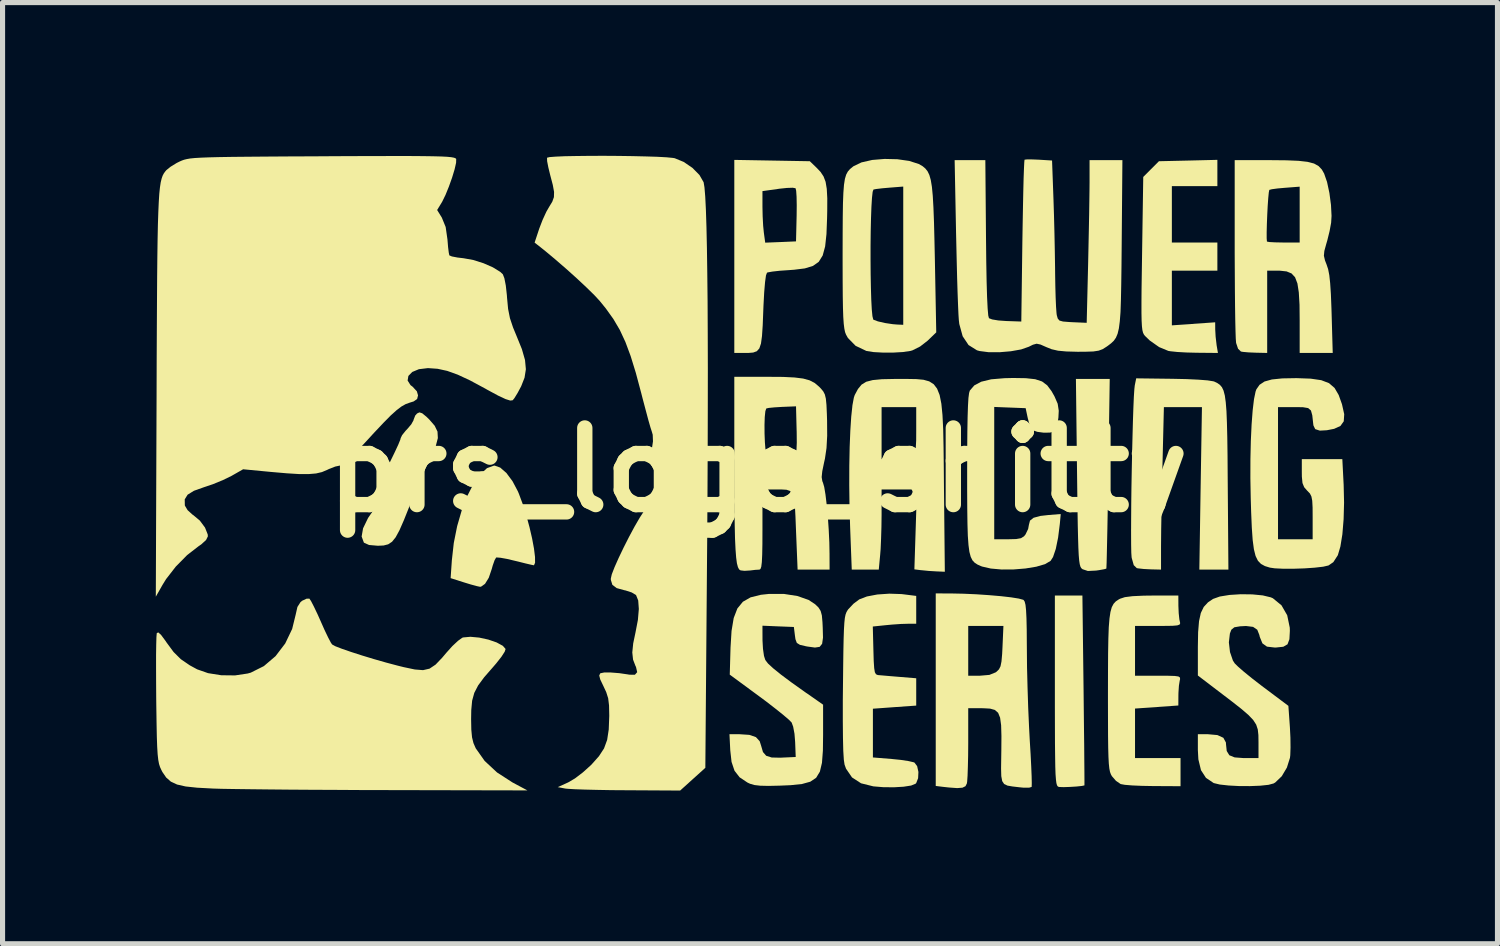
<source format=kicad_pcb>
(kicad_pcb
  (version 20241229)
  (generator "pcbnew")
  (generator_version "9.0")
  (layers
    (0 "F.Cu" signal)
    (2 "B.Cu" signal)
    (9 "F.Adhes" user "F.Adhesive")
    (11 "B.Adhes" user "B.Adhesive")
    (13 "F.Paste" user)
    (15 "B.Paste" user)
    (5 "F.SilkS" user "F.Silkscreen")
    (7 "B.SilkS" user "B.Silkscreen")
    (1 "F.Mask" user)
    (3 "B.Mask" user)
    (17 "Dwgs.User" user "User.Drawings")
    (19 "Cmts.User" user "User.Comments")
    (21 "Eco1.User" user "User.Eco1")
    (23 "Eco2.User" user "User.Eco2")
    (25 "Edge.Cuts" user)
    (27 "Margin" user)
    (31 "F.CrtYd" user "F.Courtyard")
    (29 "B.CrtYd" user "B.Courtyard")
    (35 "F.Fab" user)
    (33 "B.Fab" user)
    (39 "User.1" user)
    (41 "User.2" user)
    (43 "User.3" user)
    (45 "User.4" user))
  (footprint "prs_logo_shitty"
    (layer "F.Cu")
    (at 11.79 6.149)
    (property "Reference" "prs_logo_shitty" (at 0 0 0) (layer "F.SilkS") (effects (font (size 1.5 1.5) (thickness 0.3))))
    (attr board_only exclude_from_pos_files exclude_from_bom)
    (fp_poly (pts (xy 6.371 4.315) (xy 6.375 4.702) (xy 6.379 5.063) (xy 6.383 5.387) (xy 6.385 5.667) (xy 6.387 5.894) (xy 6.388 6.06) (xy 6.388 6.155) (xy 6.388 6.175) (xy 6.337 6.186) (xy 6.232 6.197) (xy 6.103 6.205) (xy 5.981 6.209) (xy 5.897 6.206) (xy 5.884 6.204) (xy 5.866 6.195) (xy 5.851 6.173) (xy 5.839 6.13) (xy 5.83 6.06) (xy 5.822 5.954) (xy 5.817 5.805) (xy 5.814 5.606) (xy 5.811 5.35) (xy 5.81 5.029) (xy 5.809 4.636) (xy 5.809 4.322) (xy 5.809 2.459) (xy 6.079 2.459) (xy 6.348 2.459)) (stroke (width 0) (type solid)) (fill yes) (layer "F.SilkS"))
    (fp_poly (pts (xy 6.855 0.071) (xy 6.849 0.458) (xy 6.843 0.819) (xy 6.837 1.143) (xy 6.831 1.424) (xy 6.826 1.651) (xy 6.822 1.817) (xy 6.818 1.912) (xy 6.816 1.932) (xy 6.772 1.944) (xy 6.672 1.962) (xy 6.615 1.97) (xy 6.455 1.978) (xy 6.35 1.943) (xy 6.345 1.939) (xy 6.325 1.921) (xy 6.309 1.892) (xy 6.296 1.846) (xy 6.285 1.774) (xy 6.276 1.668) (xy 6.269 1.522) (xy 6.263 1.327) (xy 6.257 1.075) (xy 6.252 0.76) (xy 6.247 0.372) (xy 6.243 0.05) (xy 6.221 -1.781) (xy 6.552 -1.781) (xy 6.883 -1.781)) (stroke (width 0) (type solid)) (fill yes) (layer "F.SilkS"))
    (fp_poly (pts (xy -5.048 -0.046) (xy -4.927 0.06) (xy -4.808 0.22) (xy -4.702 0.42) (xy -4.682 0.468) (xy -4.607 0.67) (xy -4.537 0.892) (xy -4.475 1.121) (xy -4.424 1.342) (xy -4.387 1.541) (xy -4.367 1.704) (xy -4.366 1.817) (xy -4.387 1.865) (xy -4.392 1.866) (xy -4.442 1.856) (xy -4.553 1.83) (xy -4.704 1.792) (xy -4.755 1.78) (xy -4.915 1.742) (xy -5.043 1.719) (xy -5.119 1.713) (xy -5.128 1.715) (xy -5.158 1.766) (xy -5.195 1.871) (xy -5.214 1.939) (xy -5.272 2.11) (xy -5.346 2.23) (xy -5.425 2.286) (xy -5.445 2.287) (xy -5.507 2.274) (xy -5.624 2.242) (xy -5.755 2.202) (xy -6.019 2.118) (xy -5.995 1.769) (xy -5.957 1.429) (xy -5.891 1.099) (xy -5.801 0.789) (xy -5.693 0.51) (xy -5.572 0.273) (xy -5.441 0.088) (xy -5.307 -0.035) (xy -5.173 -0.084) (xy -5.157 -0.085)) (stroke (width 0) (type solid)) (fill yes) (layer "F.SilkS"))
    (fp_poly (pts (xy 8.99 -5.813) (xy 8.99 -5.555) (xy 8.544 -5.555) (xy 8.099 -5.555) (xy 8.099 -5.004) (xy 8.099 -4.452) (xy 8.544 -4.452) (xy 8.99 -4.452) (xy 8.99 -4.177) (xy 8.99 -3.901) (xy 8.544 -3.901) (xy 8.099 -3.901) (xy 8.099 -3.366) (xy 8.099 -2.83) (xy 8.523 -2.86) (xy 8.947 -2.89) (xy 8.948 -2.749) (xy 8.956 -2.606) (xy 8.974 -2.454) (xy 8.974 -2.449) (xy 9.001 -2.29) (xy 8.582 -2.294) (xy 8.386 -2.299) (xy 8.207 -2.309) (xy 8.073 -2.323) (xy 8.03 -2.33) (xy 7.849 -2.405) (xy 7.666 -2.534) (xy 7.573 -2.624) (xy 7.552 -2.651) (xy 7.535 -2.686) (xy 7.522 -2.738) (xy 7.513 -2.814) (xy 7.507 -2.925) (xy 7.504 -3.078) (xy 7.504 -3.283) (xy 7.506 -3.548) (xy 7.511 -3.881) (xy 7.516 -4.224) (xy 7.539 -5.735) (xy 7.692 -5.889) (xy 7.846 -6.043) (xy 8.418 -6.056) (xy 8.99 -6.07)) (stroke (width 0) (type solid)) (fill yes) (layer "F.SilkS"))
    (fp_poly (pts (xy -6.575 -1.109) (xy -6.492 -1.041) (xy -6.434 -0.984) (xy -6.331 -0.865) (xy -6.276 -0.751) (xy -6.269 -0.624) (xy -6.31 -0.467) (xy -6.399 -0.263) (xy -6.436 -0.188) (xy -6.516 -0.018) (xy -6.615 0.204) (xy -6.72 0.451) (xy -6.819 0.694) (xy -6.829 0.721) (xy -6.935 0.986) (xy -7.021 1.182) (xy -7.095 1.318) (xy -7.166 1.406) (xy -7.242 1.456) (xy -7.331 1.479) (xy -7.442 1.484) (xy -7.444 1.484) (xy -7.616 1.469) (xy -7.712 1.426) (xy -7.718 1.42) (xy -7.761 1.303) (xy -7.733 1.143) (xy -7.635 0.94) (xy -7.469 0.698) (xy -7.396 0.605) (xy -7.326 0.509) (xy -7.307 0.434) (xy -7.33 0.339) (xy -7.333 0.33) (xy -7.352 0.26) (xy -7.352 0.192) (xy -7.327 0.105) (xy -7.273 -0.019) (xy -7.189 -0.19) (xy -7.108 -0.357) (xy -7.043 -0.497) (xy -7.004 -0.593) (xy -6.997 -0.622) (xy -6.969 -0.681) (xy -6.899 -0.768) (xy -6.869 -0.799) (xy -6.79 -0.892) (xy -6.746 -0.971) (xy -6.742 -0.988) (xy -6.712 -1.065) (xy -6.676 -1.105) (xy -6.63 -1.127)) (stroke (width 0) (type solid)) (fill yes) (layer "F.SilkS"))
    (fp_poly (pts (xy 8.114 -1.784) (xy 8.387 -1.778) (xy 8.62 -1.767) (xy 8.799 -1.753) (xy 8.911 -1.735) (xy 8.933 -1.728) (xy 8.992 -1.699) (xy 9.04 -1.665) (xy 9.08 -1.618) (xy 9.111 -1.552) (xy 9.136 -1.456) (xy 9.154 -1.325) (xy 9.168 -1.15) (xy 9.177 -0.924) (xy 9.184 -0.638) (xy 9.189 -0.284) (xy 9.192 0.144) (xy 9.193 0.265) (xy 9.206 1.951) (xy 8.922 1.951) (xy 8.637 1.951) (xy 8.662 0.36) (xy 8.688 -1.23) (xy 8.316 -1.23) (xy 7.943 -1.23) (xy 7.915 -0.078) (xy 7.907 0.255) (xy 7.901 0.584) (xy 7.895 0.895) (xy 7.89 1.168) (xy 7.888 1.388) (xy 7.887 1.512) (xy 7.887 1.951) (xy 7.686 1.946) (xy 7.549 1.939) (xy 7.441 1.927) (xy 7.412 1.922) (xy 7.353 1.864) (xy 7.314 1.725) (xy 7.311 1.71) (xy 7.305 1.621) (xy 7.302 1.461) (xy 7.301 1.24) (xy 7.302 0.972) (xy 7.304 0.668) (xy 7.308 0.341) (xy 7.314 0.003) (xy 7.321 -0.334) (xy 7.329 -0.658) (xy 7.337 -0.957) (xy 7.346 -1.219) (xy 7.355 -1.431) (xy 7.365 -1.582) (xy 7.373 -1.655) (xy 7.401 -1.793)) (stroke (width 0) (type solid)) (fill yes) (layer "F.SilkS"))
    (fp_poly (pts (xy 0.273 -6.056) (xy 1.012 -6.043) (xy 1.139 -5.921) (xy 1.222 -5.834) (xy 1.281 -5.745) (xy 1.321 -5.64) (xy 1.344 -5.502) (xy 1.354 -5.317) (xy 1.353 -5.07) (xy 1.35 -4.93) (xy 1.338 -4.616) (xy 1.312 -4.375) (xy 1.264 -4.198) (xy 1.187 -4.074) (xy 1.074 -3.994) (xy 0.915 -3.945) (xy 0.705 -3.919) (xy 0.597 -3.911) (xy 0.423 -3.899) (xy 0.28 -3.883) (xy 0.19 -3.867) (xy 0.174 -3.861) (xy 0.154 -3.808) (xy 0.136 -3.677) (xy 0.119 -3.477) (xy 0.105 -3.215) (xy 0.101 -3.114) (xy 0.09 -2.831) (xy 0.076 -2.621) (xy 0.056 -2.474) (xy 0.024 -2.379) (xy -0.025 -2.324) (xy -0.096 -2.298) (xy -0.193 -2.29) (xy -0.263 -2.29) (xy -0.466 -2.29) (xy -0.466 -4.18) (xy -0.466 -5.152) (xy 0.085 -5.152) (xy 0.089 -4.963) (xy 0.099 -4.777) (xy 0.112 -4.647) (xy 0.139 -4.449) (xy 0.441 -4.461) (xy 0.742 -4.474) (xy 0.754 -4.979) (xy 0.756 -5.178) (xy 0.753 -5.346) (xy 0.745 -5.464) (xy 0.733 -5.514) (xy 0.677 -5.524) (xy 0.562 -5.52) (xy 0.41 -5.504) (xy 0.392 -5.501) (xy 0.085 -5.458) (xy 0.085 -5.152) (xy -0.466 -5.152) (xy -0.466 -6.069)) (stroke (width 0) (type solid)) (fill yes) (layer "F.SilkS"))
    (fp_poly (pts (xy 3.1 -1.778) (xy 3.238 -1.765) (xy 3.349 -1.734) (xy 3.437 -1.678) (xy 3.503 -1.592) (xy 3.553 -1.467) (xy 3.587 -1.297) (xy 3.609 -1.075) (xy 3.623 -0.794) (xy 3.63 -0.447) (xy 3.635 -0.028) (xy 3.638 0.329) (xy 3.655 1.993) (xy 3.492 1.986) (xy 3.342 1.977) (xy 3.201 1.963) (xy 3.194 1.963) (xy 3.059 1.946) (xy 3.084 1.164) (xy 3.109 0.382) (xy 2.763 0.382) (xy 2.417 0.382) (xy 2.417 0.88) (xy 2.414 1.113) (xy 2.407 1.348) (xy 2.398 1.553) (xy 2.389 1.664) (xy 2.362 1.951) (xy 2.097 1.951) (xy 1.833 1.951) (xy 1.801 1.113) (xy 1.789 0.706) (xy 1.784 0.304) (xy 1.785 -0.083) (xy 1.792 -0.444) (xy 1.805 -0.768) (xy 1.823 -1.045) (xy 1.843 -1.23) (xy 2.417 -1.23) (xy 2.417 -0.72) (xy 2.417 -0.21) (xy 2.703 -0.236) (xy 2.857 -0.251) (xy 2.979 -0.266) (xy 3.042 -0.278) (xy 3.068 -0.314) (xy 3.085 -0.411) (xy 3.094 -0.577) (xy 3.095 -0.762) (xy 3.095 -1.23) (xy 2.756 -1.23) (xy 2.417 -1.23) (xy 1.843 -1.23) (xy 1.846 -1.264) (xy 1.874 -1.415) (xy 1.891 -1.466) (xy 1.955 -1.585) (xy 2.025 -1.67) (xy 2.116 -1.726) (xy 2.244 -1.759) (xy 2.423 -1.776) (xy 2.669 -1.781) (xy 2.731 -1.781) (xy 2.932 -1.781)) (stroke (width 0) (type solid)) (fill yes) (layer "F.SilkS"))
    (fp_poly (pts (xy 8.227 2.661) (xy 8.233 2.804) (xy 8.246 2.926) (xy 8.253 2.958) (xy 8.262 3) (xy 8.25 3.027) (xy 8.205 3.043) (xy 8.112 3.051) (xy 7.956 3.053) (xy 7.828 3.053) (xy 7.378 3.053) (xy 7.378 3.541) (xy 7.378 4.028) (xy 7.828 4.028) (xy 8.028 4.029) (xy 8.156 4.033) (xy 8.228 4.043) (xy 8.258 4.064) (xy 8.26 4.097) (xy 8.253 4.124) (xy 8.237 4.225) (xy 8.228 4.365) (xy 8.227 4.415) (xy 8.226 4.611) (xy 7.802 4.641) (xy 7.378 4.671) (xy 7.378 5.155) (xy 7.378 5.64) (xy 7.824 5.64) (xy 8.269 5.64) (xy 8.269 5.915) (xy 8.269 6.191) (xy 7.728 6.188) (xy 7.514 6.184) (xy 7.325 6.176) (xy 7.179 6.164) (xy 7.097 6.149) (xy 7.095 6.148) (xy 7.005 6.086) (xy 6.925 5.994) (xy 6.905 5.957) (xy 6.888 5.91) (xy 6.875 5.843) (xy 6.865 5.748) (xy 6.858 5.616) (xy 6.853 5.437) (xy 6.85 5.204) (xy 6.849 4.907) (xy 6.848 4.538) (xy 6.848 4.37) (xy 6.849 3.941) (xy 6.851 3.588) (xy 6.856 3.304) (xy 6.864 3.08) (xy 6.878 2.908) (xy 6.897 2.78) (xy 6.923 2.687) (xy 6.958 2.621) (xy 7.001 2.574) (xy 7.054 2.538) (xy 7.085 2.521) (xy 7.18 2.49) (xy 7.331 2.471) (xy 7.548 2.461) (xy 7.715 2.459) (xy 8.226 2.459)) (stroke (width 0) (type solid)) (fill yes) (layer "F.SilkS"))
    (fp_poly (pts (xy 2.807 2.43) (xy 2.857 2.436) (xy 3.095 2.466) (xy 3.095 2.738) (xy 3.095 3.011) (xy 2.932 3.011) (xy 2.797 3.015) (xy 2.624 3.027) (xy 2.507 3.038) (xy 2.245 3.065) (xy 2.257 3.536) (xy 2.263 3.742) (xy 2.272 3.878) (xy 2.285 3.959) (xy 2.307 3.999) (xy 2.34 4.014) (xy 2.353 4.016) (xy 2.436 4.023) (xy 2.574 4.035) (xy 2.742 4.049) (xy 2.767 4.051) (xy 3.095 4.078) (xy 3.095 4.345) (xy 3.095 4.613) (xy 2.671 4.643) (xy 2.247 4.674) (xy 2.247 5.151) (xy 2.247 5.628) (xy 2.616 5.658) (xy 2.793 5.676) (xy 2.944 5.699) (xy 3.043 5.722) (xy 3.061 5.729) (xy 3.113 5.798) (xy 3.138 5.912) (xy 3.132 6.034) (xy 3.095 6.129) (xy 3.081 6.143) (xy 2.995 6.178) (xy 2.847 6.201) (xy 2.658 6.212) (xy 2.45 6.21) (xy 2.256 6.194) (xy 2.015 6.134) (xy 1.838 6.019) (xy 1.721 5.848) (xy 1.692 5.768) (xy 1.678 5.674) (xy 1.667 5.498) (xy 1.661 5.244) (xy 1.658 4.913) (xy 1.658 4.51) (xy 1.661 4.233) (xy 1.665 3.852) (xy 1.669 3.548) (xy 1.674 3.309) (xy 1.68 3.128) (xy 1.688 2.993) (xy 1.698 2.897) (xy 1.712 2.83) (xy 1.73 2.782) (xy 1.752 2.745) (xy 1.764 2.728) (xy 1.867 2.619) (xy 1.98 2.534) (xy 2.129 2.477) (xy 2.334 2.438) (xy 2.569 2.422)) (stroke (width 0) (type solid)) (fill yes) (layer "F.SilkS"))
    (fp_poly (pts (xy 5.24 -1.796) (xy 5.424 -1.776) (xy 5.558 -1.732) (xy 5.659 -1.656) (xy 5.744 -1.542) (xy 5.802 -1.439) (xy 5.864 -1.296) (xy 5.885 -1.159) (xy 5.878 -1.022) (xy 5.857 -0.887) (xy 5.824 -0.788) (xy 5.801 -0.756) (xy 5.714 -0.731) (xy 5.591 -0.729) (xy 5.465 -0.746) (xy 5.37 -0.779) (xy 5.341 -0.806) (xy 5.312 -0.887) (xy 5.28 -1.008) (xy 5.273 -1.039) (xy 5.237 -1.209) (xy 4.929 -1.221) (xy 4.622 -1.233) (xy 4.622 0.062) (xy 4.622 1.357) (xy 4.895 1.357) (xy 5.051 1.353) (xy 5.146 1.336) (xy 5.205 1.299) (xy 5.234 1.263) (xy 5.286 1.155) (xy 5.301 1.073) (xy 5.322 0.992) (xy 5.393 0.936) (xy 5.527 0.9) (xy 5.687 0.882) (xy 5.924 0.863) (xy 5.906 1.057) (xy 5.872 1.326) (xy 5.827 1.546) (xy 5.773 1.705) (xy 5.725 1.78) (xy 5.617 1.844) (xy 5.446 1.894) (xy 5.234 1.929) (xy 5 1.948) (xy 4.766 1.949) (xy 4.554 1.93) (xy 4.384 1.891) (xy 4.361 1.882) (xy 4.294 1.852) (xy 4.24 1.817) (xy 4.196 1.77) (xy 4.162 1.701) (xy 4.136 1.604) (xy 4.118 1.469) (xy 4.105 1.288) (xy 4.098 1.054) (xy 4.094 0.758) (xy 4.092 0.392) (xy 4.092 0.042) (xy 4.093 -0.394) (xy 4.096 -0.752) (xy 4.101 -1.036) (xy 4.108 -1.252) (xy 4.117 -1.407) (xy 4.13 -1.506) (xy 4.144 -1.553) (xy 4.232 -1.655) (xy 4.368 -1.727) (xy 4.562 -1.774) (xy 4.823 -1.796) (xy 4.99 -1.8)) (stroke (width 0) (type solid)) (fill yes) (layer "F.SilkS"))
    (fp_poly (pts (xy 3.785 2.418) (xy 4.021 2.423) (xy 4.271 2.434) (xy 4.52 2.451) (xy 4.753 2.471) (xy 4.952 2.494) (xy 5.102 2.518) (xy 5.187 2.541) (xy 5.197 2.546) (xy 5.218 2.578) (xy 5.234 2.641) (xy 5.245 2.745) (xy 5.253 2.901) (xy 5.258 3.118) (xy 5.26 3.407) (xy 5.261 3.514) (xy 5.264 3.863) (xy 5.274 4.255) (xy 5.287 4.658) (xy 5.304 5.037) (xy 5.318 5.301) (xy 5.334 5.564) (xy 5.346 5.799) (xy 5.354 5.992) (xy 5.357 6.13) (xy 5.355 6.2) (xy 5.354 6.205) (xy 5.304 6.22) (xy 5.198 6.22) (xy 5.116 6.212) (xy 4.979 6.196) (xy 4.881 6.179) (xy 4.816 6.148) (xy 4.778 6.091) (xy 4.76 5.994) (xy 4.756 5.844) (xy 4.759 5.629) (xy 4.761 5.494) (xy 4.763 5.209) (xy 4.757 4.998) (xy 4.737 4.85) (xy 4.698 4.754) (xy 4.634 4.698) (xy 4.54 4.672) (xy 4.412 4.665) (xy 4.361 4.664) (xy 4.113 4.664) (xy 4.113 5.354) (xy 4.111 5.594) (xy 4.106 5.81) (xy 4.1 5.985) (xy 4.092 6.102) (xy 4.086 6.138) (xy 4.059 6.191) (xy 4 6.22) (xy 3.897 6.228) (xy 3.733 6.216) (xy 3.615 6.203) (xy 3.477 6.186) (xy 3.477 4.301) (xy 3.477 3.053) (xy 4.113 3.053) (xy 4.113 3.541) (xy 4.113 4.028) (xy 4.342 4.028) (xy 4.527 4.012) (xy 4.651 3.962) (xy 4.668 3.949) (xy 4.715 3.903) (xy 4.745 3.843) (xy 4.764 3.749) (xy 4.777 3.603) (xy 4.784 3.461) (xy 4.802 3.053) (xy 4.457 3.053) (xy 4.113 3.053) (xy 3.477 3.053) (xy 3.477 2.417)) (stroke (width 0) (type solid)) (fill yes) (layer "F.SilkS"))
    (fp_poly (pts (xy 2.726 -6.082) (xy 2.957 -6.049) (xy 3.145 -5.989) (xy 3.221 -5.945) (xy 3.274 -5.9) (xy 3.317 -5.846) (xy 3.352 -5.774) (xy 3.38 -5.675) (xy 3.402 -5.542) (xy 3.419 -5.365) (xy 3.432 -5.135) (xy 3.443 -4.846) (xy 3.452 -4.487) (xy 3.46 -4.124) (xy 3.487 -2.693) (xy 3.318 -2.53) (xy 3.171 -2.416) (xy 3.021 -2.341) (xy 2.984 -2.33) (xy 2.836 -2.308) (xy 2.645 -2.297) (xy 2.443 -2.297) (xy 2.259 -2.307) (xy 2.126 -2.328) (xy 2.117 -2.33) (xy 1.908 -2.43) (xy 1.758 -2.583) (xy 1.721 -2.649) (xy 1.702 -2.698) (xy 1.688 -2.766) (xy 1.676 -2.862) (xy 1.667 -2.994) (xy 1.661 -3.172) (xy 1.657 -3.404) (xy 1.655 -3.7) (xy 1.654 -4.068) (xy 1.654 -4.107) (xy 2.201 -4.107) (xy 2.203 -3.826) (xy 2.208 -3.564) (xy 2.215 -3.331) (xy 2.225 -3.142) (xy 2.238 -3.009) (xy 2.254 -2.945) (xy 2.257 -2.941) (xy 2.345 -2.908) (xy 2.484 -2.876) (xy 2.638 -2.853) (xy 2.724 -2.846) (xy 2.841 -2.841) (xy 2.841 -4.194) (xy 2.841 -5.547) (xy 2.576 -5.526) (xy 2.428 -5.513) (xy 2.311 -5.499) (xy 2.258 -5.489) (xy 2.242 -5.444) (xy 2.229 -5.326) (xy 2.218 -5.149) (xy 2.21 -4.926) (xy 2.204 -4.67) (xy 2.201 -4.392) (xy 2.201 -4.107) (xy 1.654 -4.107) (xy 1.654 -4.226) (xy 1.655 -4.631) (xy 1.657 -4.96) (xy 1.661 -5.223) (xy 1.669 -5.427) (xy 1.681 -5.582) (xy 1.699 -5.697) (xy 1.724 -5.781) (xy 1.757 -5.842) (xy 1.798 -5.889) (xy 1.85 -5.932) (xy 1.867 -5.945) (xy 2.023 -6.02) (xy 2.234 -6.068) (xy 2.476 -6.088)) (stroke (width 0) (type solid)) (fill yes) (layer "F.SilkS"))
    (fp_poly (pts (xy 10.34 -6.061) (xy 10.578 -6.051) (xy 10.754 -6.031) (xy 10.882 -5.998) (xy 10.971 -5.948) (xy 11.035 -5.88) (xy 11.08 -5.801) (xy 11.137 -5.636) (xy 11.183 -5.421) (xy 11.214 -5.188) (xy 11.225 -4.972) (xy 11.217 -4.84) (xy 11.187 -4.677) (xy 11.142 -4.494) (xy 11.121 -4.422) (xy 11.084 -4.287) (xy 11.075 -4.193) (xy 11.097 -4.1) (xy 11.128 -4.02) (xy 11.158 -3.93) (xy 11.181 -3.812) (xy 11.198 -3.654) (xy 11.212 -3.442) (xy 11.223 -3.162) (xy 11.226 -3.064) (xy 11.248 -2.29) (xy 10.925 -2.29) (xy 10.601 -2.29) (xy 10.601 -2.92) (xy 10.598 -3.235) (xy 10.584 -3.475) (xy 10.557 -3.65) (xy 10.511 -3.771) (xy 10.442 -3.846) (xy 10.345 -3.886) (xy 10.217 -3.9) (xy 10.159 -3.901) (xy 9.965 -3.901) (xy 9.965 -3.095) (xy 9.965 -2.29) (xy 9.742 -2.295) (xy 9.601 -2.301) (xy 9.489 -2.311) (xy 9.451 -2.318) (xy 9.395 -2.372) (xy 9.357 -2.485) (xy 9.356 -2.493) (xy 9.35 -2.57) (xy 9.345 -2.72) (xy 9.34 -2.936) (xy 9.336 -3.206) (xy 9.333 -3.521) (xy 9.331 -3.87) (xy 9.329 -4.243) (xy 9.329 -4.357) (xy 9.329 -4.653) (xy 9.955 -4.653) (xy 9.955 -4.533) (xy 9.96 -4.473) (xy 9.961 -4.47) (xy 10.009 -4.461) (xy 10.12 -4.455) (xy 10.269 -4.452) (xy 10.29 -4.452) (xy 10.601 -4.452) (xy 10.601 -4.999) (xy 10.601 -5.545) (xy 10.315 -5.523) (xy 10.168 -5.51) (xy 10.057 -5.495) (xy 10.007 -5.482) (xy 9.997 -5.435) (xy 9.986 -5.323) (xy 9.975 -5.169) (xy 9.966 -4.992) (xy 9.959 -4.813) (xy 9.955 -4.653) (xy 9.329 -4.653) (xy 9.329 -6.064) (xy 10.03 -6.064)) (stroke (width 0) (type solid)) (fill yes) (layer "F.SilkS"))
    (fp_poly (pts (xy 10.539 -1.797) (xy 10.816 -1.787) (xy 11.023 -1.757) (xy 11.175 -1.699) (xy 11.284 -1.605) (xy 11.365 -1.466) (xy 11.429 -1.287) (xy 11.473 -1.091) (xy 11.464 -0.952) (xy 11.399 -0.861) (xy 11.274 -0.804) (xy 11.272 -0.804) (xy 11.133 -0.777) (xy 11.008 -0.77) (xy 10.99 -0.771) (xy 10.905 -0.799) (xy 10.87 -0.872) (xy 10.865 -0.912) (xy 10.848 -1.069) (xy 10.822 -1.163) (xy 10.767 -1.211) (xy 10.664 -1.228) (xy 10.496 -1.23) (xy 10.494 -1.23) (xy 10.177 -1.23) (xy 10.177 0.064) (xy 10.177 1.357) (xy 10.516 1.357) (xy 10.855 1.357) (xy 10.855 0.931) (xy 10.854 0.735) (xy 10.847 0.604) (xy 10.831 0.52) (xy 10.802 0.462) (xy 10.755 0.412) (xy 10.749 0.407) (xy 10.689 0.338) (xy 10.656 0.256) (xy 10.644 0.133) (xy 10.643 0.048) (xy 10.643 -0.212) (xy 11.04 -0.212) (xy 11.436 -0.212) (xy 11.462 0.293) (xy 11.47 0.639) (xy 11.461 0.966) (xy 11.437 1.259) (xy 11.398 1.5) (xy 11.348 1.669) (xy 11.26 1.805) (xy 11.165 1.87) (xy 11.061 1.894) (xy 10.896 1.913) (xy 10.695 1.927) (xy 10.481 1.934) (xy 10.279 1.934) (xy 10.113 1.926) (xy 10.018 1.912) (xy 9.921 1.882) (xy 9.844 1.84) (xy 9.784 1.778) (xy 9.738 1.685) (xy 9.705 1.553) (xy 9.681 1.371) (xy 9.664 1.13) (xy 9.651 0.821) (xy 9.643 0.551) (xy 9.636 0.162) (xy 9.637 -0.216) (xy 9.645 -0.571) (xy 9.66 -0.891) (xy 9.681 -1.167) (xy 9.707 -1.385) (xy 9.738 -1.535) (xy 9.753 -1.577) (xy 9.816 -1.667) (xy 9.913 -1.731) (xy 10.057 -1.771) (xy 10.261 -1.792) (xy 10.537 -1.797)) (stroke (width 0) (type solid)) (fill yes) (layer "F.SilkS"))
    (fp_poly (pts (xy 0.505 2.427) (xy 0.77 2.468) (xy 0.989 2.545) (xy 1.116 2.629) (xy 1.183 2.694) (xy 1.224 2.76) (xy 1.248 2.848) (xy 1.26 2.984) (xy 1.265 3.091) (xy 1.27 3.283) (xy 1.253 3.403) (xy 1.205 3.463) (xy 1.113 3.477) (xy 0.967 3.457) (xy 0.939 3.452) (xy 0.819 3.424) (xy 0.758 3.386) (xy 0.731 3.314) (xy 0.721 3.244) (xy 0.7 3.074) (xy 0.392 3.062) (xy 0.085 3.049) (xy 0.086 3.337) (xy 0.095 3.5) (xy 0.115 3.64) (xy 0.141 3.721) (xy 0.194 3.79) (xy 0.295 3.883) (xy 0.447 4.006) (xy 0.659 4.164) (xy 0.936 4.361) (xy 0.965 4.38) (xy 1.272 4.595) (xy 1.272 5.185) (xy 1.268 5.496) (xy 1.25 5.733) (xy 1.209 5.906) (xy 1.136 6.026) (xy 1.021 6.103) (xy 0.858 6.148) (xy 0.635 6.171) (xy 0.424 6.18) (xy 0.2 6.185) (xy 0.041 6.181) (xy -0.072 6.168) (xy -0.158 6.143) (xy -0.209 6.119) (xy -0.362 6.017) (xy -0.462 5.888) (xy -0.52 5.715) (xy -0.545 5.489) (xy -0.561 5.173) (xy -0.368 5.173) (xy -0.172 5.186) (xy -0.043 5.23) (xy 0.031 5.311) (xy 0.059 5.399) (xy 0.095 5.522) (xy 0.158 5.595) (xy 0.266 5.629) (xy 0.436 5.633) (xy 0.47 5.631) (xy 0.736 5.619) (xy 0.725 5.326) (xy 0.712 5.164) (xy 0.686 5.025) (xy 0.656 4.944) (xy 0.603 4.89) (xy 0.494 4.797) (xy 0.342 4.675) (xy 0.16 4.534) (xy 0.021 4.431) (xy -0.555 4.007) (xy -0.54 3.477) (xy -0.52 3.151) (xy -0.478 2.899) (xy -0.406 2.712) (xy -0.298 2.58) (xy -0.147 2.494) (xy 0.054 2.444) (xy 0.213 2.427)) (stroke (width 0) (type solid)) (fill yes) (layer "F.SilkS"))
    (fp_poly (pts (xy 9.674 2.436) (xy 9.879 2.456) (xy 10.036 2.494) (xy 10.077 2.512) (xy 10.245 2.65) (xy 10.357 2.845) (xy 10.407 3.087) (xy 10.409 3.149) (xy 10.4 3.314) (xy 10.363 3.413) (xy 10.281 3.461) (xy 10.139 3.476) (xy 10.108 3.476) (xy 9.961 3.459) (xy 9.872 3.395) (xy 9.82 3.268) (xy 9.811 3.229) (xy 9.771 3.128) (xy 9.689 3.072) (xy 9.551 3.055) (xy 9.434 3.061) (xy 9.322 3.08) (xy 9.264 3.127) (xy 9.235 3.202) (xy 9.215 3.375) (xy 9.237 3.565) (xy 9.294 3.731) (xy 9.33 3.787) (xy 9.394 3.85) (xy 9.51 3.951) (xy 9.665 4.077) (xy 9.843 4.215) (xy 9.896 4.255) (xy 10.38 4.618) (xy 10.41 5.041) (xy 10.42 5.243) (xy 10.422 5.434) (xy 10.417 5.584) (xy 10.411 5.635) (xy 10.351 5.826) (xy 10.25 5.996) (xy 10.124 6.117) (xy 10.091 6.137) (xy 9.99 6.164) (xy 9.828 6.181) (xy 9.628 6.189) (xy 9.414 6.188) (xy 9.21 6.177) (xy 9.037 6.158) (xy 8.921 6.13) (xy 8.916 6.128) (xy 8.767 6.028) (xy 8.669 5.877) (xy 8.618 5.665) (xy 8.608 5.481) (xy 8.608 5.173) (xy 8.802 5.173) (xy 8.991 5.19) (xy 9.107 5.243) (xy 9.157 5.335) (xy 9.159 5.368) (xy 9.173 5.502) (xy 9.224 5.585) (xy 9.328 5.627) (xy 9.498 5.64) (xy 9.521 5.64) (xy 9.795 5.64) (xy 9.795 5.327) (xy 9.793 5.19) (xy 9.781 5.08) (xy 9.75 4.986) (xy 9.691 4.894) (xy 9.595 4.794) (xy 9.455 4.674) (xy 9.26 4.521) (xy 9.117 4.412) (xy 8.608 4.024) (xy 8.608 3.464) (xy 8.613 3.177) (xy 8.631 2.96) (xy 8.666 2.8) (xy 8.723 2.682) (xy 8.806 2.592) (xy 8.905 2.525) (xy 9.037 2.478) (xy 9.227 2.447) (xy 9.448 2.433)) (stroke (width 0) (type solid)) (fill yes) (layer "F.SilkS"))
    (fp_poly (pts (xy 0.487 -1.821) (xy 0.712 -1.81) (xy 0.881 -1.789) (xy 1.008 -1.754) (xy 1.108 -1.702) (xy 1.194 -1.629) (xy 1.23 -1.592) (xy 1.275 -1.538) (xy 1.306 -1.478) (xy 1.326 -1.396) (xy 1.338 -1.274) (xy 1.346 -1.094) (xy 1.35 -0.967) (xy 1.352 -0.669) (xy 1.339 -0.429) (xy 1.308 -0.22) (xy 1.292 -0.149) (xy 1.256 0.025) (xy 1.244 0.14) (xy 1.257 0.22) (xy 1.27 0.251) (xy 1.294 0.334) (xy 1.319 0.484) (xy 1.343 0.685) (xy 1.365 0.919) (xy 1.382 1.17) (xy 1.394 1.418) (xy 1.398 1.643) (xy 1.399 1.951) (xy 1.086 1.951) (xy 0.773 1.951) (xy 0.742 1.191) (xy 0.731 0.911) (xy 0.72 0.704) (xy 0.703 0.559) (xy 0.674 0.466) (xy 0.627 0.413) (xy 0.556 0.388) (xy 0.456 0.382) (xy 0.319 0.382) (xy 0.307 0.382) (xy 0.085 0.382) (xy 0.085 1.166) (xy 0.084 1.45) (xy 0.08 1.659) (xy 0.073 1.804) (xy 0.062 1.894) (xy 0.046 1.939) (xy 0.027 1.951) (xy -0.057 1.956) (xy -0.154 1.968) (xy -0.267 1.975) (xy -0.344 1.966) (xy -0.372 1.947) (xy -0.395 1.903) (xy -0.415 1.827) (xy -0.43 1.713) (xy -0.442 1.555) (xy -0.452 1.345) (xy -0.458 1.078) (xy -0.463 0.746) (xy -0.465 0.344) (xy -0.466 -0.136) (xy -0.466 -0.223) (xy -0.466 -0.883) (xy 0.125 -0.883) (xy 0.126 -0.709) (xy 0.133 -0.537) (xy 0.145 -0.388) (xy 0.161 -0.283) (xy 0.18 -0.244) (xy 0.251 -0.237) (xy 0.374 -0.24) (xy 0.515 -0.249) (xy 0.641 -0.264) (xy 0.712 -0.278) (xy 0.736 -0.309) (xy 0.751 -0.39) (xy 0.757 -0.531) (xy 0.755 -0.746) (xy 0.754 -0.77) (xy 0.742 -1.245) (xy 0.468 -1.234) (xy 0.321 -1.225) (xy 0.209 -1.214) (xy 0.16 -1.203) (xy 0.142 -1.151) (xy 0.13 -1.037) (xy 0.125 -0.883) (xy -0.466 -0.883) (xy -0.466 -1.823) (xy 0.192 -1.823)) (stroke (width 0) (type solid)) (fill yes) (layer "F.SilkS"))
    (fp_poly (pts (xy 5.375 -6.078) (xy 5.495 -6.073) (xy 5.754 -6.057) (xy 5.782 -5.29) (xy 5.792 -4.975) (xy 5.801 -4.625) (xy 5.808 -4.274) (xy 5.813 -3.957) (xy 5.814 -3.841) (xy 5.818 -3.599) (xy 5.824 -3.378) (xy 5.832 -3.196) (xy 5.841 -3.071) (xy 5.846 -3.032) (xy 5.865 -2.964) (xy 5.899 -2.924) (xy 5.969 -2.905) (xy 6.095 -2.895) (xy 6.153 -2.892) (xy 6.432 -2.88) (xy 6.46 -4.033) (xy 6.467 -4.366) (xy 6.474 -4.696) (xy 6.48 -5.007) (xy 6.484 -5.28) (xy 6.487 -5.5) (xy 6.488 -5.625) (xy 6.488 -6.064) (xy 6.809 -6.064) (xy 7.131 -6.064) (xy 7.117 -4.421) (xy 7.113 -3.982) (xy 7.108 -3.62) (xy 7.102 -3.326) (xy 7.094 -3.092) (xy 7.08 -2.91) (xy 7.062 -2.771) (xy 7.037 -2.666) (xy 7.004 -2.588) (xy 6.962 -2.528) (xy 6.91 -2.479) (xy 6.846 -2.43) (xy 6.817 -2.41) (xy 6.744 -2.364) (xy 6.666 -2.335) (xy 6.562 -2.319) (xy 6.41 -2.314) (xy 6.255 -2.313) (xy 6.033 -2.319) (xy 5.871 -2.334) (xy 5.745 -2.363) (xy 5.643 -2.404) (xy 5.527 -2.455) (xy 5.452 -2.471) (xy 5.379 -2.451) (xy 5.298 -2.411) (xy 5.149 -2.359) (xy 4.947 -2.323) (xy 4.724 -2.304) (xy 4.509 -2.305) (xy 4.333 -2.328) (xy 4.284 -2.342) (xy 4.119 -2.445) (xy 4.004 -2.617) (xy 3.938 -2.857) (xy 3.929 -2.935) (xy 3.922 -3.042) (xy 3.914 -3.221) (xy 3.905 -3.461) (xy 3.896 -3.748) (xy 3.888 -4.07) (xy 3.88 -4.416) (xy 3.875 -4.633) (xy 3.847 -6.064) (xy 4.147 -6.064) (xy 4.448 -6.064) (xy 4.461 -4.539) (xy 4.466 -4.073) (xy 4.473 -3.687) (xy 4.482 -3.383) (xy 4.493 -3.162) (xy 4.505 -3.023) (xy 4.519 -2.97) (xy 4.582 -2.946) (xy 4.703 -2.926) (xy 4.857 -2.915) (xy 4.858 -2.915) (xy 5.152 -2.905) (xy 5.173 -4.481) (xy 5.179 -4.838) (xy 5.185 -5.167) (xy 5.191 -5.46) (xy 5.197 -5.706) (xy 5.204 -5.896) (xy 5.21 -6.021) (xy 5.215 -6.072) (xy 5.216 -6.073) (xy 5.266 -6.079)) (stroke (width 0) (type solid)) (fill yes) (layer "F.SilkS"))
    (fp_poly (pts (xy -8.752 2.566) (xy -8.696 2.674) (xy -8.624 2.825) (xy -8.565 2.957) (xy -8.487 3.133) (xy -8.416 3.281) (xy -8.362 3.383) (xy -8.338 3.417) (xy -8.276 3.451) (xy -8.147 3.501) (xy -7.967 3.563) (xy -7.753 3.632) (xy -7.519 3.703) (xy -7.281 3.771) (xy -7.055 3.831) (xy -6.938 3.86) (xy -6.72 3.906) (xy -6.559 3.919) (xy -6.432 3.89) (xy -6.314 3.811) (xy -6.184 3.675) (xy -6.103 3.579) (xy -5.985 3.448) (xy -5.875 3.345) (xy -5.791 3.285) (xy -5.775 3.279) (xy -5.632 3.266) (xy -5.459 3.282) (xy -5.28 3.321) (xy -5.118 3.377) (xy -4.997 3.443) (xy -4.943 3.505) (xy -4.961 3.559) (xy -5.025 3.658) (xy -5.125 3.785) (xy -5.193 3.864) (xy -5.363 4.059) (xy -5.481 4.219) (xy -5.556 4.364) (xy -5.598 4.517) (xy -5.615 4.7) (xy -5.618 4.876) (xy -5.614 5.085) (xy -5.6 5.234) (xy -5.572 5.347) (xy -5.527 5.45) (xy -5.526 5.451) (xy -5.353 5.696) (xy -5.11 5.922) (xy -4.81 6.116) (xy -4.803 6.12) (xy -4.516 6.273) (xy -7.293 6.267) (xy -7.792 6.266) (xy -8.281 6.263) (xy -8.751 6.261) (xy -9.194 6.258) (xy -9.599 6.254) (xy -9.958 6.25) (xy -10.262 6.246) (xy -10.501 6.242) (xy -10.666 6.237) (xy -10.686 6.236) (xy -10.982 6.22) (xy -11.207 6.196) (xy -11.374 6.158) (xy -11.496 6.101) (xy -11.587 6.021) (xy -11.661 5.913) (xy -11.682 5.872) (xy -11.707 5.817) (xy -11.727 5.755) (xy -11.742 5.675) (xy -11.754 5.567) (xy -11.763 5.421) (xy -11.77 5.225) (xy -11.775 4.971) (xy -11.78 4.646) (xy -11.782 4.483) (xy -11.784 4.167) (xy -11.785 3.876) (xy -11.785 3.623) (xy -11.782 3.419) (xy -11.778 3.274) (xy -11.772 3.201) (xy -11.771 3.195) (xy -11.742 3.18) (xy -11.688 3.228) (xy -11.602 3.344) (xy -11.58 3.377) (xy -11.442 3.564) (xy -11.301 3.704) (xy -11.126 3.824) (xy -10.981 3.903) (xy -10.767 3.978) (xy -10.509 4.019) (xy -10.239 4.022) (xy -9.992 3.985) (xy -9.931 3.968) (xy -9.675 3.84) (xy -9.446 3.645) (xy -9.257 3.397) (xy -9.121 3.113) (xy -9.053 2.836) (xy -9.018 2.682) (xy -8.958 2.588) (xy -8.924 2.56) (xy -8.838 2.52) (xy -8.784 2.519)) (stroke (width 0) (type solid)) (fill yes) (layer "F.SilkS"))
    (fp_poly (pts (xy -2.739 -6.147) (xy -2.461 -6.143) (xy -2.202 -6.137) (xy -1.975 -6.13) (xy -1.793 -6.12) (xy -1.669 -6.108) (xy -1.633 -6.102) (xy -1.456 -6.029) (xy -1.286 -5.913) (xy -1.148 -5.773) (xy -1.067 -5.632) (xy -1.066 -5.628) (xy -1.05 -5.531) (xy -1.035 -5.35) (xy -1.022 -5.09) (xy -1.011 -4.752) (xy -1.002 -4.339) (xy -0.995 -3.852) (xy -0.989 -3.295) (xy -0.986 -2.669) (xy -0.984 -1.977) (xy -0.985 -1.222) (xy -0.987 -0.405) (xy -0.991 0.471) (xy -0.997 1.404) (xy -0.999 1.625) (xy -1.033 5.831) (xy -1.279 6.053) (xy -1.526 6.276) (xy -2.576 6.27) (xy -2.874 6.268) (xy -3.152 6.263) (xy -3.396 6.257) (xy -3.591 6.25) (xy -3.725 6.242) (xy -3.774 6.237) (xy -3.922 6.209) (xy -3.717 6.116) (xy -3.586 6.039) (xy -3.431 5.921) (xy -3.281 5.786) (xy -3.263 5.769) (xy -3.116 5.604) (xy -3.016 5.451) (xy -2.955 5.284) (xy -2.924 5.081) (xy -2.914 4.819) (xy -2.914 4.803) (xy -2.918 4.61) (xy -2.935 4.47) (xy -2.973 4.35) (xy -3.027 4.234) (xy -3.09 4.102) (xy -3.11 4.024) (xy -3.091 3.983) (xy -3.087 3.98) (xy -3.014 3.965) (xy -2.883 3.965) (xy -2.719 3.978) (xy -2.547 4.003) (xy -2.523 4.008) (xy -2.412 4.009) (xy -2.367 3.959) (xy -2.39 3.858) (xy -2.401 3.836) (xy -2.448 3.713) (xy -2.463 3.573) (xy -2.445 3.395) (xy -2.4 3.18) (xy -2.353 2.935) (xy -2.335 2.722) (xy -2.347 2.556) (xy -2.388 2.453) (xy -2.394 2.446) (xy -2.475 2.398) (xy -2.595 2.359) (xy -2.616 2.355) (xy -2.769 2.313) (xy -2.853 2.249) (xy -2.883 2.152) (xy -2.883 2.125) (xy -2.864 2.042) (xy -2.81 1.903) (xy -2.73 1.723) (xy -2.633 1.52) (xy -2.526 1.309) (xy -2.418 1.108) (xy -2.317 0.934) (xy -2.25 0.831) (xy -2.09 0.572) (xy -1.998 0.355) (xy -1.972 0.175) (xy -2.012 0.026) (xy -2.068 -0.055) (xy -2.105 -0.109) (xy -2.116 -0.178) (xy -2.103 -0.287) (xy -2.085 -0.379) (xy -2.058 -0.559) (xy -2.063 -0.689) (xy -2.08 -0.748) (xy -2.107 -0.831) (xy -2.149 -0.978) (xy -2.201 -1.173) (xy -2.26 -1.395) (xy -2.288 -1.505) (xy -2.394 -1.901) (xy -2.495 -2.229) (xy -2.597 -2.503) (xy -2.707 -2.74) (xy -2.833 -2.954) (xy -2.981 -3.161) (xy -3.102 -3.31) (xy -3.206 -3.422) (xy -3.36 -3.573) (xy -3.548 -3.749) (xy -3.755 -3.935) (xy -3.964 -4.116) (xy -4.159 -4.279) (xy -4.255 -4.356) (xy -4.375 -4.45) (xy -4.284 -4.725) (xy -4.219 -4.894) (xy -4.145 -5.055) (xy -4.089 -5.152) (xy -4.029 -5.251) (xy -3.997 -5.34) (xy -3.994 -5.442) (xy -4.019 -5.579) (xy -4.07 -5.773) (xy -4.107 -5.925) (xy -4.13 -6.044) (xy -4.132 -6.109) (xy -4.131 -6.112) (xy -4.082 -6.124) (xy -3.962 -6.133) (xy -3.783 -6.141) (xy -3.559 -6.145) (xy -3.301 -6.148) (xy -3.024 -6.149)) (stroke (width 0) (type solid)) (fill yes) (layer "F.SilkS"))
    (fp_poly (pts (xy -6.83 -6.145) (xy -6.57 -6.143) (xy -6.364 -6.14) (xy -6.205 -6.136) (xy -6.088 -6.13) (xy -6.006 -6.122) (xy -5.953 -6.112) (xy -5.924 -6.101) (xy -5.91 -6.087) (xy -5.91 -6.086) (xy -5.912 -6.013) (xy -5.941 -5.885) (xy -5.99 -5.723) (xy -6.052 -5.549) (xy -6.119 -5.384) (xy -6.184 -5.251) (xy -6.199 -5.226) (xy -6.283 -5.088) (xy -6.191 -4.939) (xy -6.116 -4.755) (xy -6.081 -4.511) (xy -6.069 -4.363) (xy -6.055 -4.251) (xy -6.044 -4.2) (xy -5.994 -4.179) (xy -5.885 -4.158) (xy -5.766 -4.144) (xy -5.577 -4.11) (xy -5.377 -4.047) (xy -5.192 -3.966) (xy -5.049 -3.878) (xy -4.997 -3.83) (xy -4.967 -3.753) (xy -4.939 -3.61) (xy -4.918 -3.421) (xy -4.915 -3.375) (xy -4.894 -3.152) (xy -4.858 -2.971) (xy -4.797 -2.788) (xy -4.732 -2.631) (xy -4.624 -2.365) (xy -4.563 -2.152) (xy -4.546 -1.971) (xy -4.572 -1.806) (xy -4.638 -1.638) (xy -4.708 -1.507) (xy -4.77 -1.406) (xy -4.804 -1.364) (xy -4.852 -1.358) (xy -4.944 -1.387) (xy -5.089 -1.455) (xy -5.295 -1.566) (xy -5.344 -1.594) (xy -5.638 -1.752) (xy -5.88 -1.865) (xy -6.086 -1.939) (xy -6.274 -1.98) (xy -6.458 -1.993) (xy -6.466 -1.993) (xy -6.64 -1.972) (xy -6.77 -1.918) (xy -6.846 -1.84) (xy -6.861 -1.75) (xy -6.804 -1.66) (xy -6.763 -1.629) (xy -6.68 -1.539) (xy -6.657 -1.46) (xy -6.675 -1.388) (xy -6.743 -1.341) (xy -6.82 -1.317) (xy -6.898 -1.289) (xy -6.98 -1.243) (xy -7.074 -1.172) (xy -7.19 -1.068) (xy -7.335 -0.921) (xy -7.52 -0.725) (xy -7.71 -0.518) (xy -7.887 -0.331) (xy -8.032 -0.192) (xy -8.136 -0.108) (xy -8.189 -0.085) (xy -8.278 -0.066) (xy -8.399 -0.019) (xy -8.438 0) (xy -8.538 0.042) (xy -8.653 0.069) (xy -8.796 0.081) (xy -8.983 0.081) (xy -9.224 0.066) (xy -9.536 0.039) (xy -9.567 0.036) (xy -10.081 -0.013) (xy -10.309 0.117) (xy -10.473 0.197) (xy -10.672 0.279) (xy -10.844 0.337) (xy -11.044 0.408) (xy -11.168 0.485) (xy -11.224 0.576) (xy -11.222 0.69) (xy -11.22 0.7) (xy -11.168 0.787) (xy -11.074 0.873) (xy -11.057 0.884) (xy -10.928 0.992) (xy -10.827 1.128) (xy -10.774 1.262) (xy -10.771 1.3) (xy -10.806 1.371) (xy -10.9 1.457) (xy -10.951 1.492) (xy -11.176 1.666) (xy -11.398 1.891) (xy -11.589 2.137) (xy -11.657 2.247) (xy -11.79 2.481) (xy -11.775 -1.463) (xy -11.773 -2.154) (xy -11.77 -2.765) (xy -11.767 -3.302) (xy -11.764 -3.769) (xy -11.76 -4.172) (xy -11.755 -4.516) (xy -11.749 -4.806) (xy -11.741 -5.048) (xy -11.732 -5.245) (xy -11.722 -5.405) (xy -11.709 -5.531) (xy -11.694 -5.629) (xy -11.676 -5.704) (xy -11.656 -5.761) (xy -11.633 -5.805) (xy -11.606 -5.842) (xy -11.584 -5.868) (xy -11.503 -5.934) (xy -11.381 -6.009) (xy -11.322 -6.038) (xy -11.281 -6.056) (xy -11.237 -6.072) (xy -11.184 -6.085) (xy -11.115 -6.097) (xy -11.023 -6.106) (xy -10.902 -6.113) (xy -10.744 -6.119) (xy -10.544 -6.124) (xy -10.294 -6.128) (xy -9.988 -6.131) (xy -9.619 -6.134) (xy -9.18 -6.137) (xy -8.665 -6.139) (xy -8.533 -6.14) (xy -7.996 -6.143) (xy -7.537 -6.144) (xy -7.151 -6.145)) (stroke (width 0) (type solid)) (fill yes) (layer "F.SilkS")))
  (gr_rect
    (start -3 -3)
    (end 26.263 15.424)
    (stroke (width 0.1) (type default))
    (fill no)
    (layer "Edge.Cuts")))
</source>
